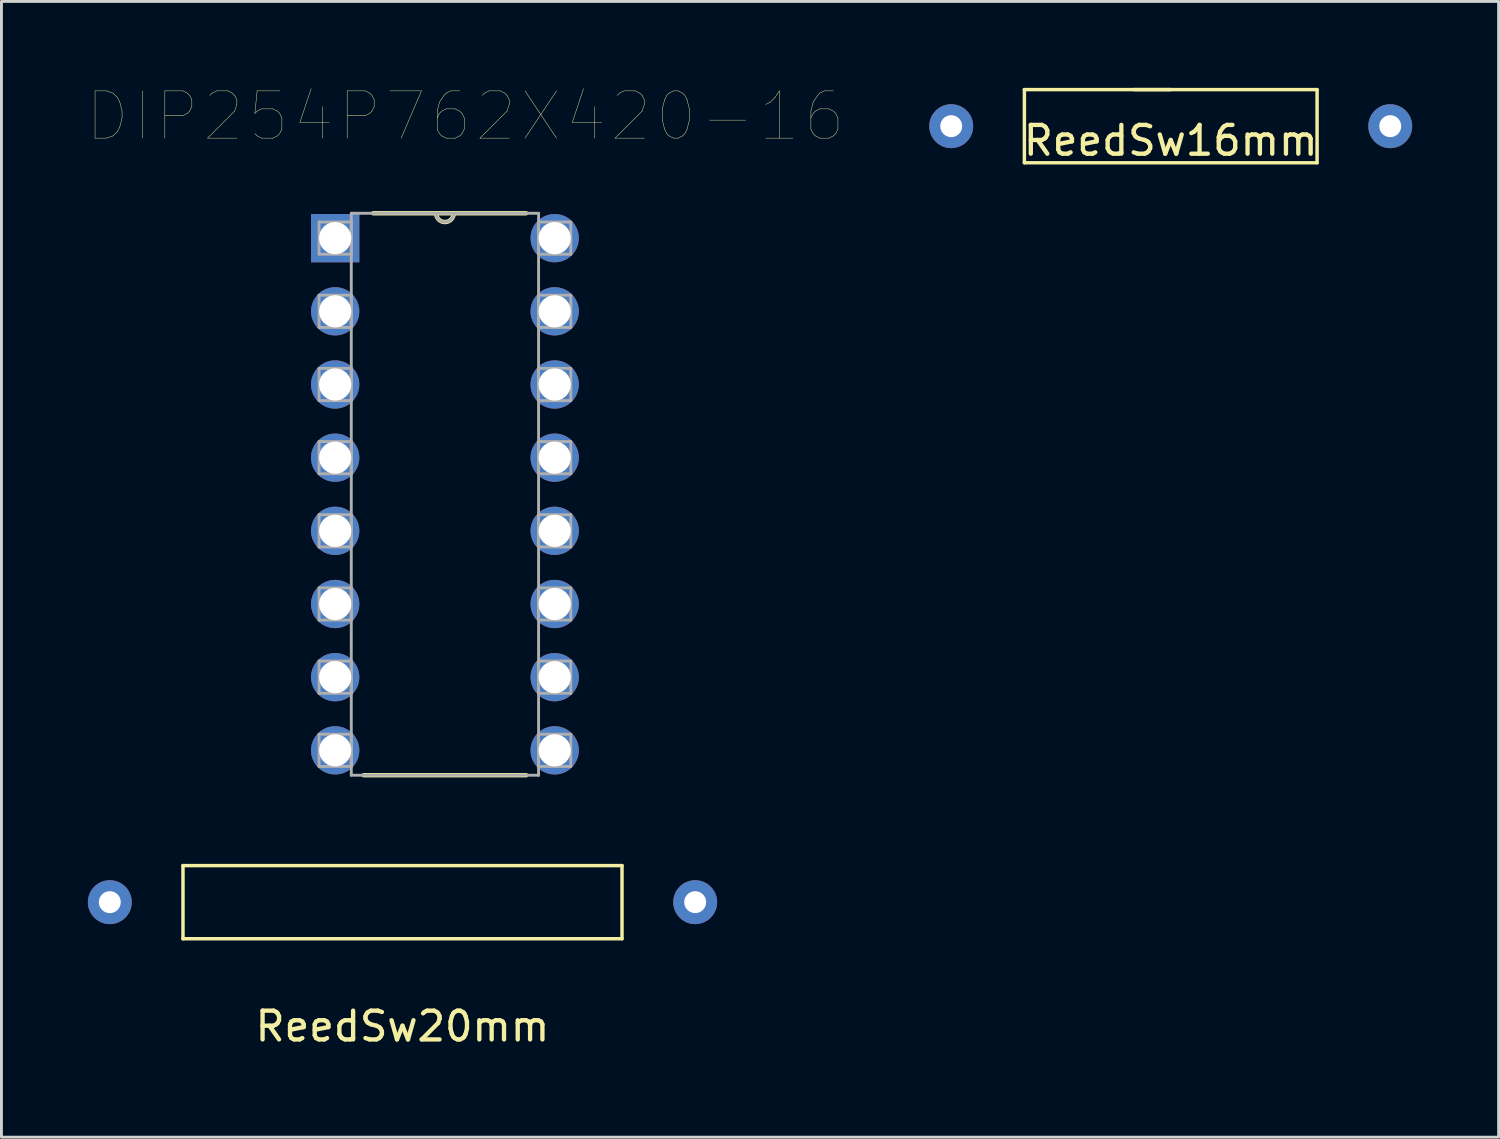
<source format=kicad_pcb>
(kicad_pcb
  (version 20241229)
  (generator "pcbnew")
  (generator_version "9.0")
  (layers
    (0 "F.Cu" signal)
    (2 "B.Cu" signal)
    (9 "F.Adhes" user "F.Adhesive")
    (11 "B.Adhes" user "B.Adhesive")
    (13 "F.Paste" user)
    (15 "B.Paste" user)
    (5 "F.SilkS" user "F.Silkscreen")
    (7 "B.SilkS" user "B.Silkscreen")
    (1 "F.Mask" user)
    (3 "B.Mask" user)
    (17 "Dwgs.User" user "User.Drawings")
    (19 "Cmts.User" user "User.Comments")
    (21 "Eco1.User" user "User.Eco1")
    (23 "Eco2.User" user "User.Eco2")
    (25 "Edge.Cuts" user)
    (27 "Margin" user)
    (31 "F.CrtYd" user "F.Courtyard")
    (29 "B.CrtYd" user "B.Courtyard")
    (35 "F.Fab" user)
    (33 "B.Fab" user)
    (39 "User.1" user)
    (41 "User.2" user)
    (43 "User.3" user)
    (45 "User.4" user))
  (footprint "ReedSw16mm"
    (layer "F.Cu")
    (at 37.59 1.33)
    (property "Reference" "ReedSw16mm" (at 0 0.5 0) (layer "F.SilkS") (effects (font (size 1 1) (thickness 0.15))))
    (attr through_hole)
    (fp_line (start -5.08 -1.27) (end -5.08 1.27) (stroke (width 0.12) (type solid)) (layer "F.SilkS"))
    (fp_line (start -5.08 1.27) (end 5.08 1.27) (stroke (width 0.12) (type solid)) (layer "F.SilkS"))
    (fp_line (start 0 -1.27) (end -5.08 -1.27) (stroke (width 0.12) (type solid)) (layer "F.SilkS"))
    (fp_line (start 5.08 -1.27) (end -1.27 -1.27) (stroke (width 0.12) (type solid)) (layer "F.SilkS"))
    (fp_line (start 5.08 1.27) (end 5.08 -1.27) (stroke (width 0.12) (type solid)) (layer "F.SilkS"))
    (pad "1" thru_hole circle (at -7.62 0) (size 1.524 1.524) (drill 0.762) (layers "*.Cu" "*.Mask"))
    (pad "2" thru_hole circle (at 7.62 0) (size 1.524 1.524) (drill 0.762) (layers "*.Cu" "*.Mask")))
  (footprint "DIP254P762X420-16"
    (layer "F.Cu")
    (at 16.205 22.997)
    (property "Reference" "DIP254P762X420-16" (at -3.101 -22.01 0) (layer "F.SilkS") (effects (font (size 1.641 1.641) (thickness 0.015))))
    (attr through_hole)
    (fp_line (start -6.629 0.864) (end -0.991 0.864) (stroke (width 0.152) (type solid)) (layer "F.SilkS"))
    (fp_line (start -4.115 -18.644) (end -6.299 -18.644) (stroke (width 0.152) (type solid)) (layer "F.SilkS"))
    (fp_line (start -3.505 -18.644) (end -4.115 -18.644) (stroke (width 0.152) (type solid)) (layer "F.SilkS"))
    (fp_line (start -0.991 -18.644) (end -3.505 -18.644) (stroke (width 0.152) (type solid)) (layer "F.SilkS"))
    (fp_arc (start -3.5052 -18.6436) (mid -3.81 -18.3388) (end -4.1148 -18.6436) (stroke (width 0.1524) (type solid)) (layer "F.SilkS"))
    (fp_line (start -8.179 -18.339) (end -8.179 -17.221) (stroke (width 0.1) (type solid)) (layer "F.Fab"))
    (fp_line (start -8.179 -17.221) (end -7.061 -17.221) (stroke (width 0.1) (type solid)) (layer "F.Fab"))
    (fp_line (start -8.179 -15.799) (end -8.179 -14.681) (stroke (width 0.1) (type solid)) (layer "F.Fab"))
    (fp_line (start -8.179 -14.681) (end -7.061 -14.681) (stroke (width 0.1) (type solid)) (layer "F.Fab"))
    (fp_line (start -8.179 -13.259) (end -8.179 -12.141) (stroke (width 0.1) (type solid)) (layer "F.Fab"))
    (fp_line (start -8.179 -12.141) (end -7.061 -12.141) (stroke (width 0.1) (type solid)) (layer "F.Fab"))
    (fp_line (start -8.179 -10.719) (end -8.179 -9.601) (stroke (width 0.1) (type solid)) (layer "F.Fab"))
    (fp_line (start -8.179 -9.601) (end -7.061 -9.601) (stroke (width 0.1) (type solid)) (layer "F.Fab"))
    (fp_line (start -8.179 -8.179) (end -8.179 -7.061) (stroke (width 0.1) (type solid)) (layer "F.Fab"))
    (fp_line (start -8.179 -7.061) (end -7.061 -7.061) (stroke (width 0.1) (type solid)) (layer "F.Fab"))
    (fp_line (start -8.179 -5.639) (end -8.179 -4.521) (stroke (width 0.1) (type solid)) (layer "F.Fab"))
    (fp_line (start -8.179 -4.521) (end -7.061 -4.521) (stroke (width 0.1) (type solid)) (layer "F.Fab"))
    (fp_line (start -8.179 -3.099) (end -8.179 -1.981) (stroke (width 0.1) (type solid)) (layer "F.Fab"))
    (fp_line (start -8.179 -1.981) (end -7.061 -1.981) (stroke (width 0.1) (type solid)) (layer "F.Fab"))
    (fp_line (start -8.179 -0.559) (end -8.179 0.559) (stroke (width 0.1) (type solid)) (layer "F.Fab"))
    (fp_line (start -8.179 0.559) (end -7.061 0.559) (stroke (width 0.1) (type solid)) (layer "F.Fab"))
    (fp_line (start -7.061 -18.644) (end -7.061 0.864) (stroke (width 0.1) (type solid)) (layer "F.Fab"))
    (fp_line (start -7.061 -18.339) (end -8.179 -18.339) (stroke (width 0.1) (type solid)) (layer "F.Fab"))
    (fp_line (start -7.061 -17.221) (end -7.061 -18.339) (stroke (width 0.1) (type solid)) (layer "F.Fab"))
    (fp_line (start -7.061 -15.799) (end -8.179 -15.799) (stroke (width 0.1) (type solid)) (layer "F.Fab"))
    (fp_line (start -7.061 -14.681) (end -7.061 -15.799) (stroke (width 0.1) (type solid)) (layer "F.Fab"))
    (fp_line (start -7.061 -13.259) (end -8.179 -13.259) (stroke (width 0.1) (type solid)) (layer "F.Fab"))
    (fp_line (start -7.061 -12.141) (end -7.061 -13.259) (stroke (width 0.1) (type solid)) (layer "F.Fab"))
    (fp_line (start -7.061 -10.719) (end -8.179 -10.719) (stroke (width 0.1) (type solid)) (layer "F.Fab"))
    (fp_line (start -7.061 -9.601) (end -7.061 -10.719) (stroke (width 0.1) (type solid)) (layer "F.Fab"))
    (fp_line (start -7.061 -8.179) (end -8.179 -8.179) (stroke (width 0.1) (type solid)) (layer "F.Fab"))
    (fp_line (start -7.061 -7.061) (end -7.061 -8.179) (stroke (width 0.1) (type solid)) (layer "F.Fab"))
    (fp_line (start -7.061 -5.639) (end -8.179 -5.639) (stroke (width 0.1) (type solid)) (layer "F.Fab"))
    (fp_line (start -7.061 -4.521) (end -7.061 -5.639) (stroke (width 0.1) (type solid)) (layer "F.Fab"))
    (fp_line (start -7.061 -3.099) (end -8.179 -3.099) (stroke (width 0.1) (type solid)) (layer "F.Fab"))
    (fp_line (start -7.061 -1.981) (end -7.061 -3.099) (stroke (width 0.1) (type solid)) (layer "F.Fab"))
    (fp_line (start -7.061 -0.559) (end -8.179 -0.559) (stroke (width 0.1) (type solid)) (layer "F.Fab"))
    (fp_line (start -7.061 0.559) (end -7.061 -0.559) (stroke (width 0.1) (type solid)) (layer "F.Fab"))
    (fp_line (start -7.061 0.864) (end -0.559 0.864) (stroke (width 0.1) (type solid)) (layer "F.Fab"))
    (fp_line (start -4.115 -18.644) (end -7.061 -18.644) (stroke (width 0.1) (type solid)) (layer "F.Fab"))
    (fp_line (start -3.505 -18.644) (end -4.115 -18.644) (stroke (width 0.1) (type solid)) (layer "F.Fab"))
    (fp_line (start -0.559 -18.644) (end -3.505 -18.644) (stroke (width 0.1) (type solid)) (layer "F.Fab"))
    (fp_line (start -0.559 -18.339) (end -0.559 -17.221) (stroke (width 0.1) (type solid)) (layer "F.Fab"))
    (fp_line (start -0.559 -17.221) (end 0.559 -17.221) (stroke (width 0.1) (type solid)) (layer "F.Fab"))
    (fp_line (start -0.559 -15.799) (end -0.559 -14.681) (stroke (width 0.1) (type solid)) (layer "F.Fab"))
    (fp_line (start -0.559 -14.681) (end 0.559 -14.681) (stroke (width 0.1) (type solid)) (layer "F.Fab"))
    (fp_line (start -0.559 -13.259) (end -0.559 -12.141) (stroke (width 0.1) (type solid)) (layer "F.Fab"))
    (fp_line (start -0.559 -12.141) (end 0.559 -12.141) (stroke (width 0.1) (type solid)) (layer "F.Fab"))
    (fp_line (start -0.559 -10.719) (end -0.559 -9.601) (stroke (width 0.1) (type solid)) (layer "F.Fab"))
    (fp_line (start -0.559 -9.601) (end 0.559 -9.601) (stroke (width 0.1) (type solid)) (layer "F.Fab"))
    (fp_line (start -0.559 -8.179) (end -0.559 -7.061) (stroke (width 0.1) (type solid)) (layer "F.Fab"))
    (fp_line (start -0.559 -7.061) (end 0.559 -7.061) (stroke (width 0.1) (type solid)) (layer "F.Fab"))
    (fp_line (start -0.559 -5.639) (end -0.559 -4.521) (stroke (width 0.1) (type solid)) (layer "F.Fab"))
    (fp_line (start -0.559 -4.521) (end 0.559 -4.521) (stroke (width 0.1) (type solid)) (layer "F.Fab"))
    (fp_line (start -0.559 -3.099) (end -0.559 -1.981) (stroke (width 0.1) (type solid)) (layer "F.Fab"))
    (fp_line (start -0.559 -1.981) (end 0.559 -1.981) (stroke (width 0.1) (type solid)) (layer "F.Fab"))
    (fp_line (start -0.559 -0.559) (end -0.559 0.559) (stroke (width 0.1) (type solid)) (layer "F.Fab"))
    (fp_line (start -0.559 0.559) (end 0.559 0.559) (stroke (width 0.1) (type solid)) (layer "F.Fab"))
    (fp_line (start -0.559 0.864) (end -0.559 -18.644) (stroke (width 0.1) (type solid)) (layer "F.Fab"))
    (fp_line (start 0.559 -18.339) (end -0.559 -18.339) (stroke (width 0.1) (type solid)) (layer "F.Fab"))
    (fp_line (start 0.559 -17.221) (end 0.559 -18.339) (stroke (width 0.1) (type solid)) (layer "F.Fab"))
    (fp_line (start 0.559 -15.799) (end -0.559 -15.799) (stroke (width 0.1) (type solid)) (layer "F.Fab"))
    (fp_line (start 0.559 -14.681) (end 0.559 -15.799) (stroke (width 0.1) (type solid)) (layer "F.Fab"))
    (fp_line (start 0.559 -13.259) (end -0.559 -13.259) (stroke (width 0.1) (type solid)) (layer "F.Fab"))
    (fp_line (start 0.559 -12.141) (end 0.559 -13.259) (stroke (width 0.1) (type solid)) (layer "F.Fab"))
    (fp_line (start 0.559 -10.719) (end -0.559 -10.719) (stroke (width 0.1) (type solid)) (layer "F.Fab"))
    (fp_line (start 0.559 -9.601) (end 0.559 -10.719) (stroke (width 0.1) (type solid)) (layer "F.Fab"))
    (fp_line (start 0.559 -8.179) (end -0.559 -8.179) (stroke (width 0.1) (type solid)) (layer "F.Fab"))
    (fp_line (start 0.559 -7.061) (end 0.559 -8.179) (stroke (width 0.1) (type solid)) (layer "F.Fab"))
    (fp_line (start 0.559 -5.639) (end -0.559 -5.639) (stroke (width 0.1) (type solid)) (layer "F.Fab"))
    (fp_line (start 0.559 -4.521) (end 0.559 -5.639) (stroke (width 0.1) (type solid)) (layer "F.Fab"))
    (fp_line (start 0.559 -3.099) (end -0.559 -3.099) (stroke (width 0.1) (type solid)) (layer "F.Fab"))
    (fp_line (start 0.559 -1.981) (end 0.559 -3.099) (stroke (width 0.1) (type solid)) (layer "F.Fab"))
    (fp_line (start 0.559 -0.559) (end -0.559 -0.559) (stroke (width 0.1) (type solid)) (layer "F.Fab"))
    (fp_line (start 0.559 0.559) (end 0.559 -0.559) (stroke (width 0.1) (type solid)) (layer "F.Fab"))
    (fp_arc (start -3.5052 -18.6436) (mid -3.81 -18.3388) (end -4.1148 -18.6436) (stroke (width 0.1) (type solid)) (layer "F.Fab"))
    (pad "1" thru_hole rect (at -7.62 -17.78) (size 1.676 1.676) (drill 1.118) (layers "*.Cu" "*.Mask"))
    (pad "2" thru_hole circle (at -7.62 -15.24) (size 1.676 1.676) (drill 1.118) (layers "*.Cu" "*.Mask"))
    (pad "3" thru_hole circle (at -7.62 -12.7) (size 1.676 1.676) (drill 1.118) (layers "*.Cu" "*.Mask"))
    (pad "4" thru_hole circle (at -7.62 -10.16) (size 1.676 1.676) (drill 1.118) (layers "*.Cu" "*.Mask"))
    (pad "5" thru_hole circle (at -7.62 -7.62) (size 1.676 1.676) (drill 1.118) (layers "*.Cu" "*.Mask"))
    (pad "6" thru_hole circle (at -7.62 -5.08) (size 1.676 1.676) (drill 1.118) (layers "*.Cu" "*.Mask"))
    (pad "7" thru_hole circle (at -7.62 -2.54) (size 1.676 1.676) (drill 1.118) (layers "*.Cu" "*.Mask"))
    (pad "8" thru_hole circle (at -7.62 0) (size 1.676 1.676) (drill 1.118) (layers "*.Cu" "*.Mask"))
    (pad "9" thru_hole circle (at 0 0) (size 1.676 1.676) (drill 1.118) (layers "*.Cu" "*.Mask"))
    (pad "10" thru_hole circle (at 0 -2.54) (size 1.676 1.676) (drill 1.118) (layers "*.Cu" "*.Mask"))
    (pad "11" thru_hole circle (at 0 -5.08) (size 1.676 1.676) (drill 1.118) (layers "*.Cu" "*.Mask"))
    (pad "12" thru_hole circle (at 0 -7.62) (size 1.676 1.676) (drill 1.118) (layers "*.Cu" "*.Mask"))
    (pad "13" thru_hole circle (at 0 -10.16) (size 1.676 1.676) (drill 1.118) (layers "*.Cu" "*.Mask"))
    (pad "14" thru_hole circle (at 0 -12.7) (size 1.676 1.676) (drill 1.118) (layers "*.Cu" "*.Mask"))
    (pad "15" thru_hole circle (at 0 -15.24) (size 1.676 1.676) (drill 1.118) (layers "*.Cu" "*.Mask"))
    (pad "16" thru_hole circle (at 0 -17.78) (size 1.676 1.676) (drill 1.118) (layers "*.Cu" "*.Mask")))
  (footprint "ReedSw20mm"
    (layer "F.Cu")
    (at 10.922 32.077)
    (property "Reference" "ReedSw20mm" (at 0 0.5 0) (layer "F.SilkS") (effects (font (size 1 1) (thickness 0.15))))
    (attr through_hole)
    (fp_line (start -7.62 -5.08) (end -7.62 -2.54) (stroke (width 0.12) (type solid)) (layer "F.SilkS"))
    (fp_line (start -7.62 -2.54) (end 7.62 -2.54) (stroke (width 0.12) (type solid)) (layer "F.SilkS"))
    (fp_line (start 7.62 -5.08) (end -7.62 -5.08) (stroke (width 0.12) (type solid)) (layer "F.SilkS"))
    (fp_line (start 7.62 -2.54) (end 7.62 -5.08) (stroke (width 0.12) (type solid)) (layer "F.SilkS"))
    (pad "1" thru_hole circle (at -10.16 -3.81) (size 1.524 1.524) (drill 0.762) (layers "*.Cu" "*.Mask"))
    (pad "2" thru_hole circle (at 10.16 -3.81) (size 1.524 1.524) (drill 0.762) (layers "*.Cu" "*.Mask")))
  (gr_rect
    (start -3 -3)
    (end 48.972 36.425)
    (stroke (width 0.1) (type default))
    (fill no)
    (layer "Edge.Cuts")))
</source>
